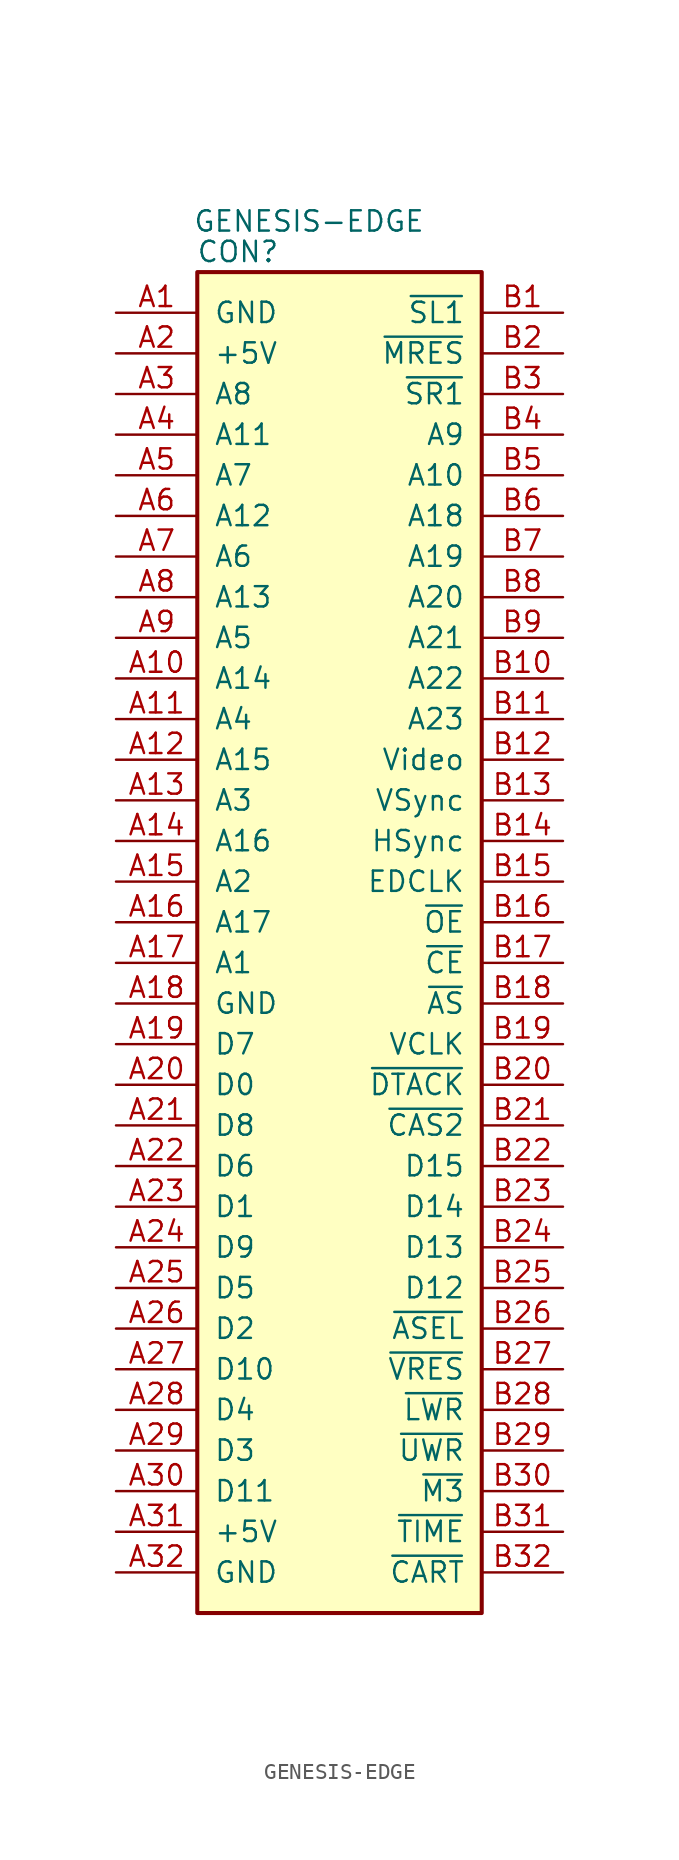
<source format=kicad_sym>
(kicad_symbol_lib
  (version 20220914)
  (generator kicad_symbol_editor)
  (symbol "GENESIS-EDGE"
    (pin_names
      (offset 1.016))
    (property "Reference" "CON"
      (at 2.54 1.27 0)
      (effects (font (size 1.27 1.27))))
    (property "Value" "GENESIS-EDGE"
      (at 6.985 3.175 0)
      (effects (font (size 1.27 1.27))))
    (symbol "GENESIS-EDGE_0_1"
      (rectangle (start 0 0) (end 17.78 -83.82) (stroke (width 0.254) (type default)) (fill (type background))))
    (symbol "GENESIS-EDGE_1_1"
      (pin passive line (at -5.08 -2.54 0) (length 5.08) (name "GND" (effects (font (size 1.27 1.27)))) (number "A1" (effects (font (size 1.27 1.27)))))
      (pin passive line (at -5.08 -25.4 0) (length 5.08) (name "A14" (effects (font (size 1.27 1.27)))) (number "A10" (effects (font (size 1.27 1.27)))))
      (pin passive line (at -5.08 -27.94 0) (length 5.08) (name "A4" (effects (font (size 1.27 1.27)))) (number "A11" (effects (font (size 1.27 1.27)))))
      (pin passive line (at -5.08 -30.48 0) (length 5.08) (name "A15" (effects (font (size 1.27 1.27)))) (number "A12" (effects (font (size 1.27 1.27)))))
      (pin passive line (at -5.08 -33.02 0) (length 5.08) (name "A3" (effects (font (size 1.27 1.27)))) (number "A13" (effects (font (size 1.27 1.27)))))
      (pin passive line (at -5.08 -35.56 0) (length 5.08) (name "A16" (effects (font (size 1.27 1.27)))) (number "A14" (effects (font (size 1.27 1.27)))))
      (pin passive line (at -5.08 -38.1 0) (length 5.08) (name "A2" (effects (font (size 1.27 1.27)))) (number "A15" (effects (font (size 1.27 1.27)))))
      (pin passive line (at -5.08 -40.64 0) (length 5.08) (name "A17" (effects (font (size 1.27 1.27)))) (number "A16" (effects (font (size 1.27 1.27)))))
      (pin passive line (at -5.08 -43.18 0) (length 5.08) (name "A1" (effects (font (size 1.27 1.27)))) (number "A17" (effects (font (size 1.27 1.27)))))
      (pin passive line (at -5.08 -45.72 0) (length 5.08) (name "GND" (effects (font (size 1.27 1.27)))) (number "A18" (effects (font (size 1.27 1.27)))))
      (pin passive line (at -5.08 -48.26 0) (length 5.08) (name "D7" (effects (font (size 1.27 1.27)))) (number "A19" (effects (font (size 1.27 1.27)))))
      (pin passive line (at -5.08 -5.08 0) (length 5.08) (name "+5V" (effects (font (size 1.27 1.27)))) (number "A2" (effects (font (size 1.27 1.27)))))
      (pin passive line (at -5.08 -50.8 0) (length 5.08) (name "D0" (effects (font (size 1.27 1.27)))) (number "A20" (effects (font (size 1.27 1.27)))))
      (pin passive line (at -5.08 -53.34 0) (length 5.08) (name "D8" (effects (font (size 1.27 1.27)))) (number "A21" (effects (font (size 1.27 1.27)))))
      (pin passive line (at -5.08 -55.88 0) (length 5.08) (name "D6" (effects (font (size 1.27 1.27)))) (number "A22" (effects (font (size 1.27 1.27)))))
      (pin passive line (at -5.08 -58.42 0) (length 5.08) (name "D1" (effects (font (size 1.27 1.27)))) (number "A23" (effects (font (size 1.27 1.27)))))
      (pin passive line (at -5.08 -60.96 0) (length 5.08) (name "D9" (effects (font (size 1.27 1.27)))) (number "A24" (effects (font (size 1.27 1.27)))))
      (pin passive line (at -5.08 -63.5 0) (length 5.08) (name "D5" (effects (font (size 1.27 1.27)))) (number "A25" (effects (font (size 1.27 1.27)))))
      (pin passive line (at -5.08 -66.04 0) (length 5.08) (name "D2" (effects (font (size 1.27 1.27)))) (number "A26" (effects (font (size 1.27 1.27)))))
      (pin passive line (at -5.08 -68.58 0) (length 5.08) (name "D10" (effects (font (size 1.27 1.27)))) (number "A27" (effects (font (size 1.27 1.27)))))
      (pin passive line (at -5.08 -71.12 0) (length 5.08) (name "D4" (effects (font (size 1.27 1.27)))) (number "A28" (effects (font (size 1.27 1.27)))))
      (pin passive line (at -5.08 -73.66 0) (length 5.08) (name "D3" (effects (font (size 1.27 1.27)))) (number "A29" (effects (font (size 1.27 1.27)))))
      (pin passive line (at -5.08 -7.62 0) (length 5.08) (name "A8" (effects (font (size 1.27 1.27)))) (number "A3" (effects (font (size 1.27 1.27)))))
      (pin passive line (at -5.08 -76.2 0) (length 5.08) (name "D11" (effects (font (size 1.27 1.27)))) (number "A30" (effects (font (size 1.27 1.27)))))
      (pin passive line (at -5.08 -78.74 0) (length 5.08) (name "+5V" (effects (font (size 1.27 1.27)))) (number "A31" (effects (font (size 1.27 1.27)))))
      (pin passive line (at -5.08 -81.28 0) (length 5.08) (name "GND" (effects (font (size 1.27 1.27)))) (number "A32" (effects (font (size 1.27 1.27)))))
      (pin passive line (at -5.08 -10.16 0) (length 5.08) (name "A11" (effects (font (size 1.27 1.27)))) (number "A4" (effects (font (size 1.27 1.27)))))
      (pin passive line (at -5.08 -12.7 0) (length 5.08) (name "A7" (effects (font (size 1.27 1.27)))) (number "A5" (effects (font (size 1.27 1.27)))))
      (pin passive line (at -5.08 -15.24 0) (length 5.08) (name "A12" (effects (font (size 1.27 1.27)))) (number "A6" (effects (font (size 1.27 1.27)))))
      (pin passive line (at -5.08 -17.78 0) (length 5.08) (name "A6" (effects (font (size 1.27 1.27)))) (number "A7" (effects (font (size 1.27 1.27)))))
      (pin passive line (at -5.08 -20.32 0) (length 5.08) (name "A13" (effects (font (size 1.27 1.27)))) (number "A8" (effects (font (size 1.27 1.27)))))
      (pin passive line (at -5.08 -22.86 0) (length 5.08) (name "A5" (effects (font (size 1.27 1.27)))) (number "A9" (effects (font (size 1.27 1.27)))))
      (pin passive line (at 22.86 -2.54 180) (length 5.08) (name "~{SL1}" (effects (font (size 1.27 1.27)))) (number "B1" (effects (font (size 1.27 1.27)))))
      (pin passive line (at 22.86 -25.4 180) (length 5.08) (name "A22" (effects (font (size 1.27 1.27)))) (number "B10" (effects (font (size 1.27 1.27)))))
      (pin passive line (at 22.86 -27.94 180) (length 5.08) (name "A23" (effects (font (size 1.27 1.27)))) (number "B11" (effects (font (size 1.27 1.27)))))
      (pin passive line (at 22.86 -30.48 180) (length 5.08) (name "Video" (effects (font (size 1.27 1.27)))) (number "B12" (effects (font (size 1.27 1.27)))))
      (pin passive line (at 22.86 -33.02 180) (length 5.08) (name "VSync" (effects (font (size 1.27 1.27)))) (number "B13" (effects (font (size 1.27 1.27)))))
      (pin passive line (at 22.86 -35.56 180) (length 5.08) (name "HSync" (effects (font (size 1.27 1.27)))) (number "B14" (effects (font (size 1.27 1.27)))))
      (pin passive line (at 22.86 -38.1 180) (length 5.08) (name "EDCLK" (effects (font (size 1.27 1.27)))) (number "B15" (effects (font (size 1.27 1.27)))))
      (pin passive line (at 22.86 -40.64 180) (length 5.08) (name "~{OE}" (effects (font (size 1.27 1.27)))) (number "B16" (effects (font (size 1.27 1.27)))))
      (pin passive line (at 22.86 -43.18 180) (length 5.08) (name "~{CE}" (effects (font (size 1.27 1.27)))) (number "B17" (effects (font (size 1.27 1.27)))))
      (pin passive line (at 22.86 -45.72 180) (length 5.08) (name "~{AS}" (effects (font (size 1.27 1.27)))) (number "B18" (effects (font (size 1.27 1.27)))))
      (pin passive line (at 22.86 -48.26 180) (length 5.08) (name "VCLK" (effects (font (size 1.27 1.27)))) (number "B19" (effects (font (size 1.27 1.27)))))
      (pin passive line (at 22.86 -5.08 180) (length 5.08) (name "~{MRES}" (effects (font (size 1.27 1.27)))) (number "B2" (effects (font (size 1.27 1.27)))))
      (pin passive line (at 22.86 -50.8 180) (length 5.08) (name "~{DTACK}" (effects (font (size 1.27 1.27)))) (number "B20" (effects (font (size 1.27 1.27)))))
      (pin passive line (at 22.86 -53.34 180) (length 5.08) (name "~{CAS2}" (effects (font (size 1.27 1.27)))) (number "B21" (effects (font (size 1.27 1.27)))))
      (pin passive line (at 22.86 -55.88 180) (length 5.08) (name "D15" (effects (font (size 1.27 1.27)))) (number "B22" (effects (font (size 1.27 1.27)))))
      (pin passive line (at 22.86 -58.42 180) (length 5.08) (name "D14" (effects (font (size 1.27 1.27)))) (number "B23" (effects (font (size 1.27 1.27)))))
      (pin passive line (at 22.86 -60.96 180) (length 5.08) (name "D13" (effects (font (size 1.27 1.27)))) (number "B24" (effects (font (size 1.27 1.27)))))
      (pin passive line (at 22.86 -63.5 180) (length 5.08) (name "D12" (effects (font (size 1.27 1.27)))) (number "B25" (effects (font (size 1.27 1.27)))))
      (pin passive line (at 22.86 -66.04 180) (length 5.08) (name "~{ASEL}" (effects (font (size 1.27 1.27)))) (number "B26" (effects (font (size 1.27 1.27)))))
      (pin passive line (at 22.86 -68.58 180) (length 5.08) (name "~{VRES}" (effects (font (size 1.27 1.27)))) (number "B27" (effects (font (size 1.27 1.27)))))
      (pin passive line (at 22.86 -71.12 180) (length 5.08) (name "~{LWR}" (effects (font (size 1.27 1.27)))) (number "B28" (effects (font (size 1.27 1.27)))))
      (pin passive line (at 22.86 -73.66 180) (length 5.08) (name "~{UWR}" (effects (font (size 1.27 1.27)))) (number "B29" (effects (font (size 1.27 1.27)))))
      (pin passive line (at 22.86 -7.62 180) (length 5.08) (name "~{SR1}" (effects (font (size 1.27 1.27)))) (number "B3" (effects (font (size 1.27 1.27)))))
      (pin passive line (at 22.86 -76.2 180) (length 5.08) (name "~{M3}" (effects (font (size 1.27 1.27)))) (number "B30" (effects (font (size 1.27 1.27)))))
      (pin passive line (at 22.86 -78.74 180) (length 5.08) (name "~{TIME}" (effects (font (size 1.27 1.27)))) (number "B31" (effects (font (size 1.27 1.27)))))
      (pin passive line (at 22.86 -81.28 180) (length 5.08) (name "~{CART}" (effects (font (size 1.27 1.27)))) (number "B32" (effects (font (size 1.27 1.27)))))
      (pin passive line (at 22.86 -10.16 180) (length 5.08) (name "A9" (effects (font (size 1.27 1.27)))) (number "B4" (effects (font (size 1.27 1.27)))))
      (pin passive line (at 22.86 -12.7 180) (length 5.08) (name "A10" (effects (font (size 1.27 1.27)))) (number "B5" (effects (font (size 1.27 1.27)))))
      (pin passive line (at 22.86 -15.24 180) (length 5.08) (name "A18" (effects (font (size 1.27 1.27)))) (number "B6" (effects (font (size 1.27 1.27)))))
      (pin passive line (at 22.86 -17.78 180) (length 5.08) (name "A19" (effects (font (size 1.27 1.27)))) (number "B7" (effects (font (size 1.27 1.27)))))
      (pin passive line (at 22.86 -20.32 180) (length 5.08) (name "A20" (effects (font (size 1.27 1.27)))) (number "B8" (effects (font (size 1.27 1.27)))))
      (pin passive line (at 22.86 -22.86 180) (length 5.08) (name "A21" (effects (font (size 1.27 1.27)))) (number "B9" (effects (font (size 1.27 1.27))))))))
</source>
